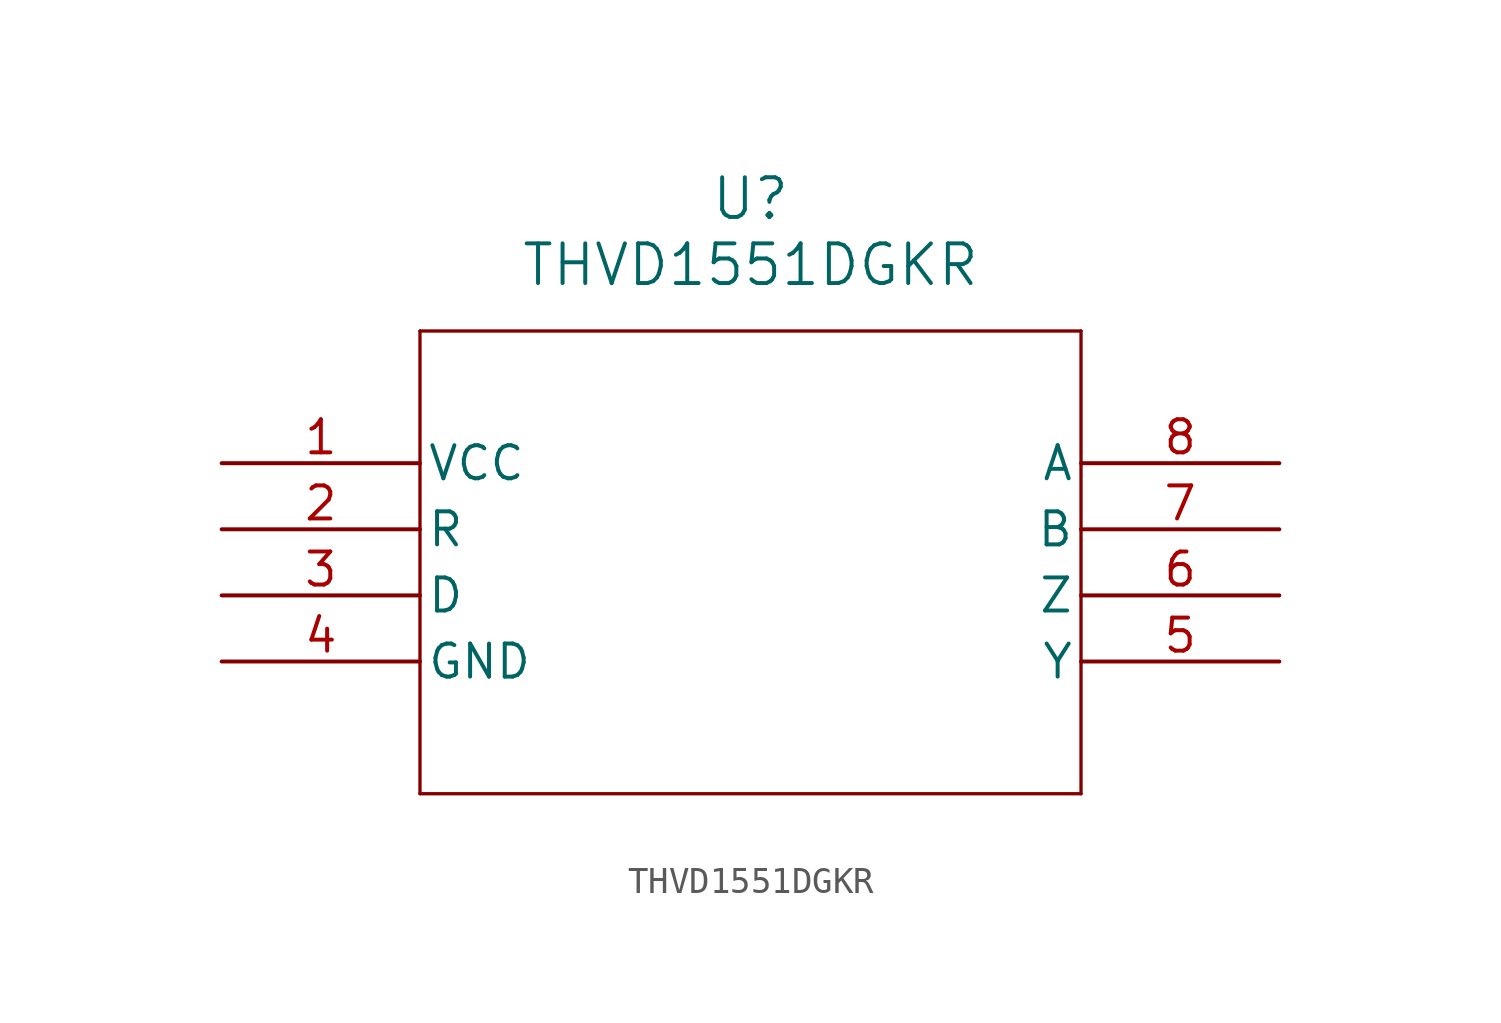
<source format=kicad_sym>
(kicad_symbol_lib
  (version 20211014)
  (generator kicad_symbol_editor)
  (symbol "THVD1551DGKR"
    (pin_names
      (offset 0.254))
    (property "Reference" "U"
      (at 20.32 10.16 0)
      (effects (font (size 1.524 1.524))))
    (property "Value" "THVD1551DGKR"
      (at 20.32 7.62 0)
      (effects (font (size 1.524 1.524))))
    (symbol "THVD1551DGKR_0_1"
      (polyline (pts (xy 7.62 5.08) (xy 7.62 -12.7)) (stroke (width 0.127) (type default) (color 0 0 0 0)) (fill (type none)))
      (polyline (pts (xy 7.62 -12.7) (xy 33.02 -12.7)) (stroke (width 0.127) (type default) (color 0 0 0 0)) (fill (type none)))
      (polyline (pts (xy 33.02 -12.7) (xy 33.02 5.08)) (stroke (width 0.127) (type default) (color 0 0 0 0)) (fill (type none)))
      (polyline (pts (xy 33.02 5.08) (xy 7.62 5.08)) (stroke (width 0.127) (type default) (color 0 0 0 0)) (fill (type none)))
      (pin power_in line (at 0 0 0) (length 7.62) (name "VCC" (effects (font (size 1.27 1.27)))) (number "1" (effects (font (size 1.27 1.27)))))
      (pin unspecified line (at 0 -2.54 0) (length 7.62) (name "R" (effects (font (size 1.27 1.27)))) (number "2" (effects (font (size 1.27 1.27)))))
      (pin unspecified line (at 0 -5.08 0) (length 7.62) (name "D" (effects (font (size 1.27 1.27)))) (number "3" (effects (font (size 1.27 1.27)))))
      (pin power_out line (at 0 -7.62 0) (length 7.62) (name "GND" (effects (font (size 1.27 1.27)))) (number "4" (effects (font (size 1.27 1.27)))))
      (pin unspecified line (at 40.64 -7.62 180) (length 7.62) (name "Y" (effects (font (size 1.27 1.27)))) (number "5" (effects (font (size 1.27 1.27)))))
      (pin unspecified line (at 40.64 -5.08 180) (length 7.62) (name "Z" (effects (font (size 1.27 1.27)))) (number "6" (effects (font (size 1.27 1.27)))))
      (pin unspecified line (at 40.64 -2.54 180) (length 7.62) (name "B" (effects (font (size 1.27 1.27)))) (number "7" (effects (font (size 1.27 1.27)))))
      (pin unspecified line (at 40.64 0 180) (length 7.62) (name "A" (effects (font (size 1.27 1.27)))) (number "8" (effects (font (size 1.27 1.27))))))))
</source>
